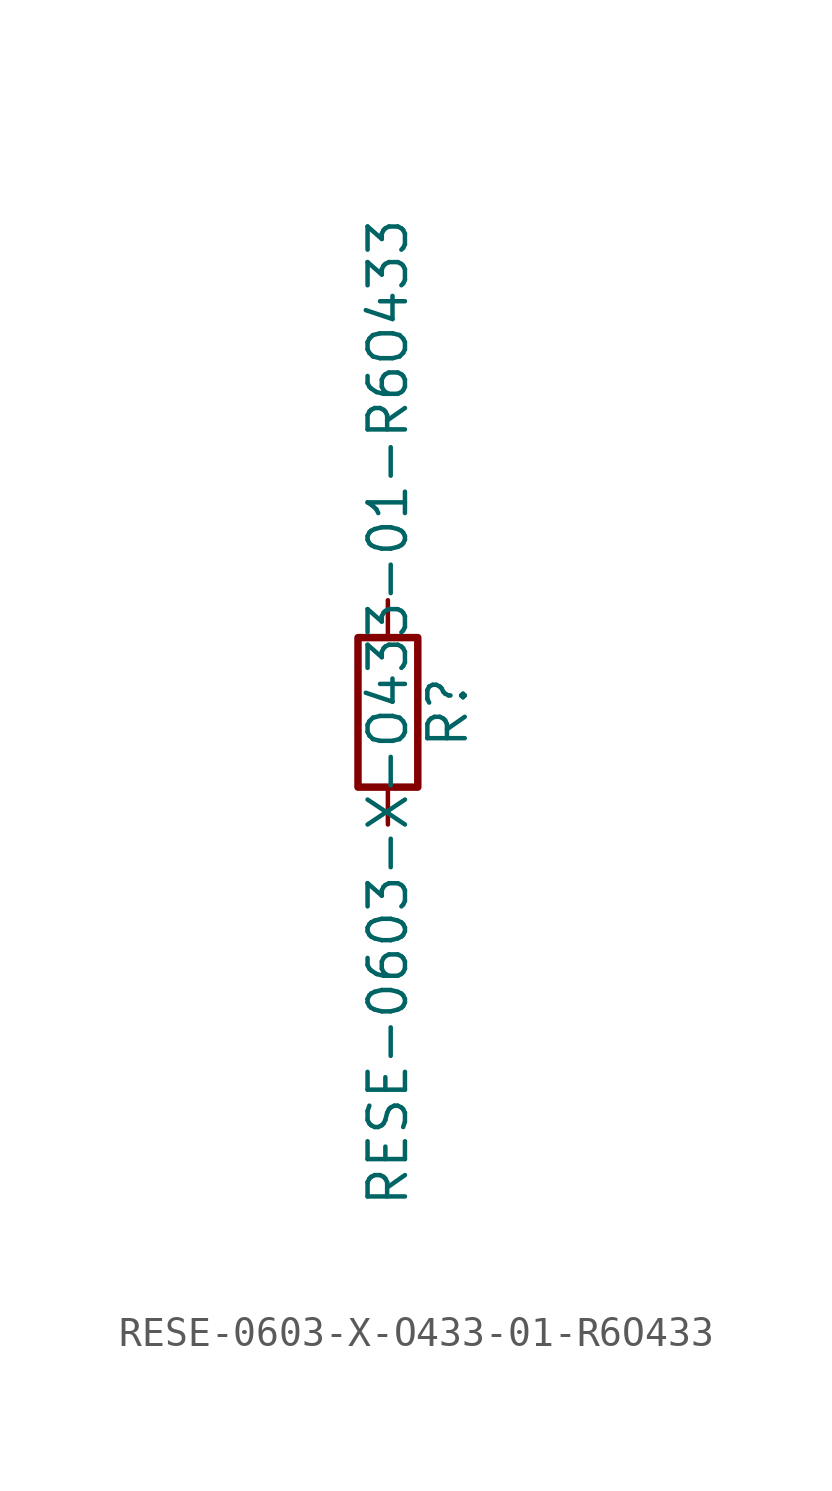
<source format=kicad_sym>
(kicad_symbol_lib
  (version 20211014)
  (generator kicad_symbol_editor)
  (symbol "RESE-0603-X-O433-01-R6O433"
    (pin_numbers hide)
    (pin_names
      (offset 0))
    (property "Reference" "R"
      (at 2.032 0 90)
      (effects (font (size 1.27 1.27))))
    (property "Value" "RESE-0603-X-O433-01-R6O433"
      (at 0 0 90)
      (effects (font (size 1.27 1.27))))
    (symbol "RESE-0603-X-O433-01-R6O433_0_1"
      (rectangle (start -1.016 -2.54) (end 1.016 2.54) (stroke (width 0.254) (type default) (color 0 0 0 0)) (fill (type none))))
    (symbol "RESE-0603-X-O433-01-R6O433_1_1"
      (pin passive line (at 0 3.81 270) (length 1.27) (name "~" (effects (font (size 1.27 1.27)))) (number "1" (effects (font (size 1.27 1.27)))))
      (pin passive line (at 0 -3.81 90) (length 1.27) (name "~" (effects (font (size 1.27 1.27)))) (number "2" (effects (font (size 1.27 1.27))))))))
</source>
